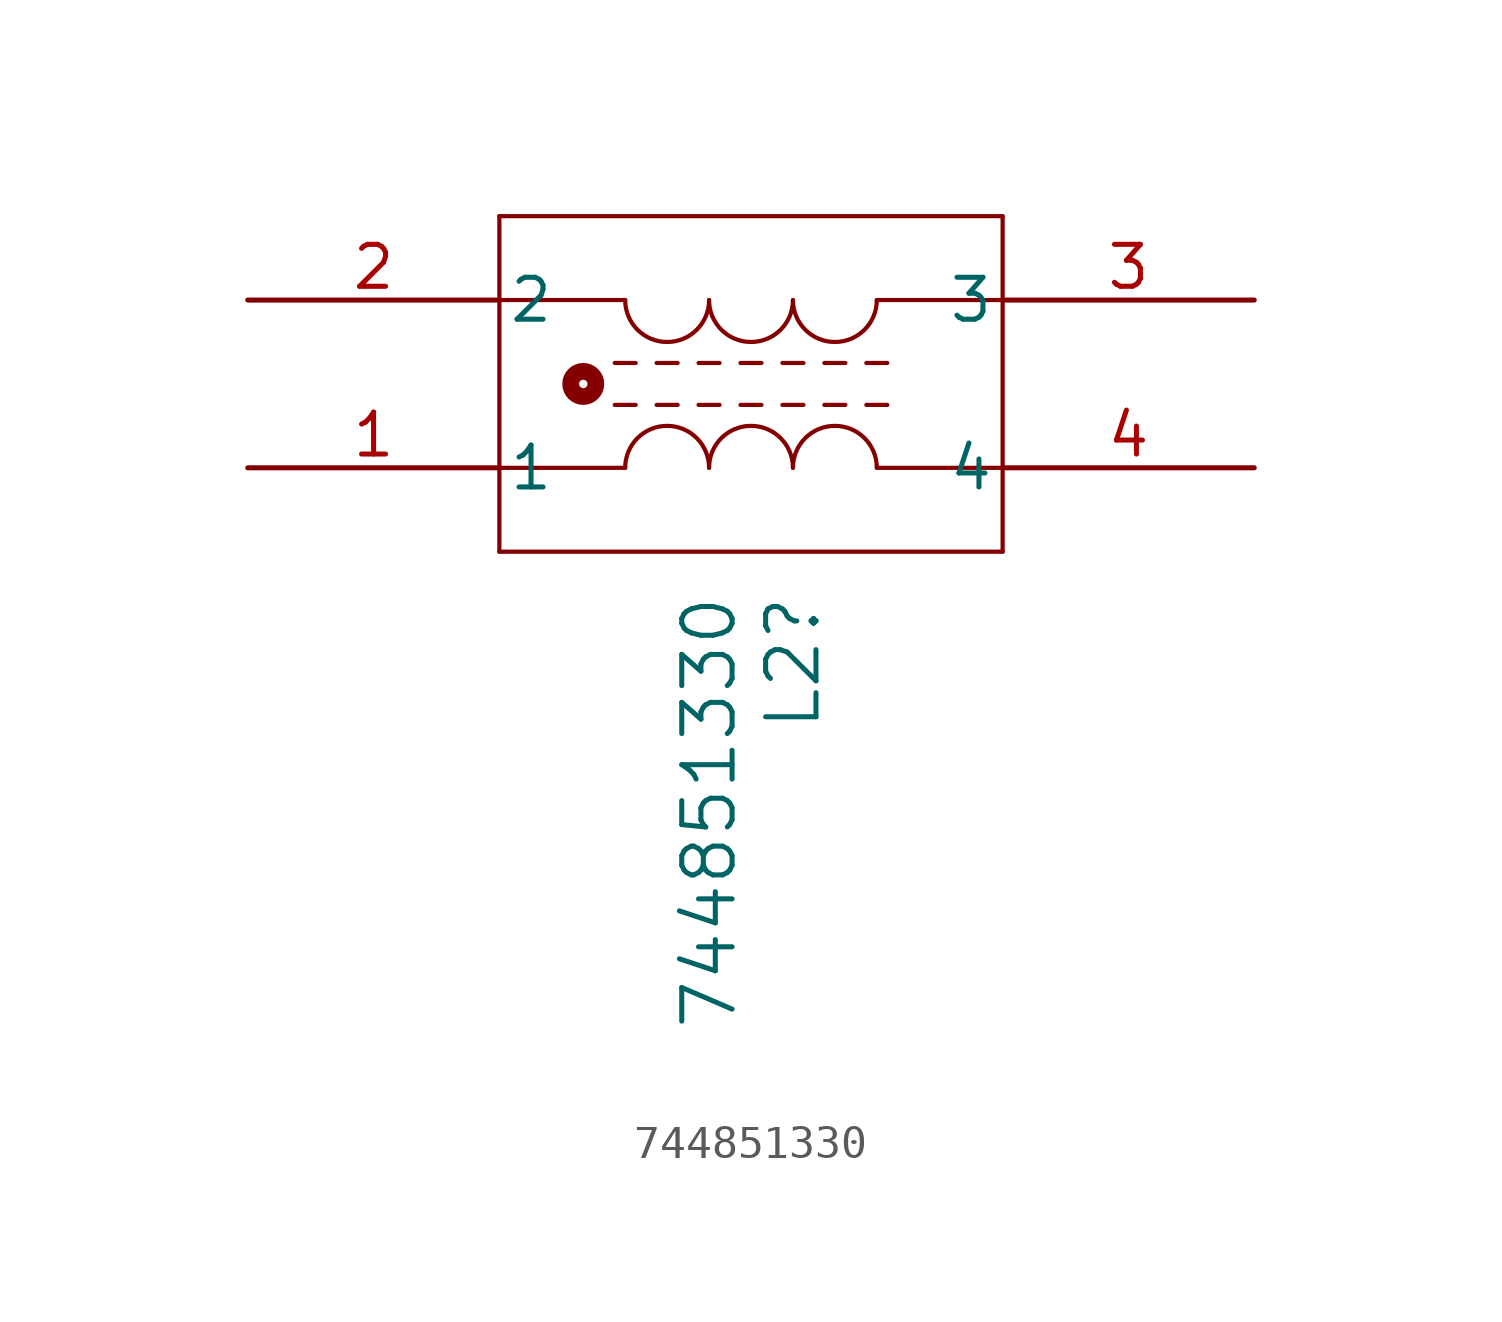
<source format=kicad_sym>
(kicad_symbol_lib
  (version 20231120)
  (generator "kicad_symbol_editor")
  (generator_version "8.99")
  (symbol "744851330"
    (pin_names
      (offset 0.254))
    (property "Reference" "L2"
      (at 16.51 -8.89 90)
      (effects (font (size 1.524 1.524)) (justify right)))
    (property "Value" "744851330"
      (at 13.97 -8.89 90)
      (effects (font (size 1.524 1.524)) (justify right)))
    (property "ki_locked" ""
      (at 0 0 0)
      (effects (font (size 1.27 1.27))))
    (symbol "744851330_0_1"
      (polyline (pts (xy 7.62 -7.62) (xy 22.86 -7.62)) (stroke (width 0.127) (type default)) (fill (type none)))
      (polyline (pts (xy 7.62 -5.08) (xy 11.43 -5.08)) (stroke (width 0.127) (type default)) (fill (type none)))
      (polyline (pts (xy 7.62 0) (xy 11.43 0)) (stroke (width 0.127) (type default)) (fill (type none)))
      (polyline (pts (xy 7.62 2.54) (xy 7.62 -7.62)) (stroke (width 0.127) (type default)) (fill (type none)))
      (polyline (pts (xy 11.113 -3.175) (xy 11.748 -3.175)) (stroke (width 0.127) (type default)) (fill (type none)))
      (polyline (pts (xy 11.113 -1.905) (xy 11.748 -1.905)) (stroke (width 0.127) (type default)) (fill (type none)))
      (polyline (pts (xy 12.383 -3.175) (xy 13.018 -3.175)) (stroke (width 0.127) (type default)) (fill (type none)))
      (polyline (pts (xy 12.383 -1.905) (xy 13.018 -1.905)) (stroke (width 0.127) (type default)) (fill (type none)))
      (polyline (pts (xy 13.652 -3.175) (xy 14.287 -3.175)) (stroke (width 0.127) (type default)) (fill (type none)))
      (polyline (pts (xy 13.652 -1.905) (xy 14.287 -1.905)) (stroke (width 0.127) (type default)) (fill (type none)))
      (polyline (pts (xy 14.922 -3.175) (xy 15.557 -3.175)) (stroke (width 0.127) (type default)) (fill (type none)))
      (polyline (pts (xy 14.922 -1.905) (xy 15.557 -1.905)) (stroke (width 0.127) (type default)) (fill (type none)))
      (polyline (pts (xy 16.192 -3.175) (xy 16.828 -3.175)) (stroke (width 0.127) (type default)) (fill (type none)))
      (polyline (pts (xy 16.192 -1.905) (xy 16.828 -1.905)) (stroke (width 0.127) (type default)) (fill (type none)))
      (polyline (pts (xy 17.462 -3.175) (xy 18.098 -3.175)) (stroke (width 0.127) (type default)) (fill (type none)))
      (polyline (pts (xy 17.462 -1.905) (xy 18.098 -1.905)) (stroke (width 0.127) (type default)) (fill (type none)))
      (polyline (pts (xy 18.733 -3.175) (xy 19.367 -3.175)) (stroke (width 0.127) (type default)) (fill (type none)))
      (polyline (pts (xy 18.733 -1.905) (xy 19.367 -1.905)) (stroke (width 0.127) (type default)) (fill (type none)))
      (polyline (pts (xy 19.05 -5.08) (xy 22.86 -5.08)) (stroke (width 0.127) (type default)) (fill (type none)))
      (polyline (pts (xy 19.05 0) (xy 22.86 0)) (stroke (width 0.127) (type default)) (fill (type none)))
      (polyline (pts (xy 22.86 -7.62) (xy 22.86 2.54)) (stroke (width 0.127) (type default)) (fill (type none)))
      (polyline (pts (xy 22.86 2.54) (xy 7.62 2.54)) (stroke (width 0.127) (type default)) (fill (type none)))
      (circle (center 10.16 -2.54) (radius 0.127) (stroke (width 0.508) (type default)) (fill (type none)))
      (arc (start 11.43 0) (mid 12.7 -1.2645) (end 13.97 0) (stroke (width 0.127) (type default)) (fill (type none)))
      (arc (start 13.97 -5.08) (mid 12.7 -3.8155) (end 11.43 -5.08) (stroke (width 0.127) (type default)) (fill (type none)))
      (arc (start 13.97 0) (mid 15.24 -1.2645) (end 16.51 0) (stroke (width 0.127) (type default)) (fill (type none)))
      (arc (start 16.51 -5.08) (mid 15.24 -3.8155) (end 13.97 -5.08) (stroke (width 0.127) (type default)) (fill (type none)))
      (arc (start 16.51 0) (mid 17.78 -1.2645) (end 19.05 0) (stroke (width 0.127) (type default)) (fill (type none)))
      (arc (start 19.05 -5.08) (mid 17.78 -3.8155) (end 16.51 -5.08) (stroke (width 0.127) (type default)) (fill (type none))))
    (symbol "744851330_1_1"
      (pin passive line (at 0 -5.08 0) (length 7.62) (name "1" (effects (font (size 1.27 1.27)))) (number "1" (effects (font (size 1.27 1.27)))))
      (pin passive line (at 0 0 0) (length 7.62) (name "2" (effects (font (size 1.27 1.27)))) (number "2" (effects (font (size 1.27 1.27)))))
      (pin passive line (at 30.48 0 180) (length 7.62) (name "3" (effects (font (size 1.27 1.27)))) (number "3" (effects (font (size 1.27 1.27)))))
      (pin passive line (at 30.48 -5.08 180) (length 7.62) (name "4" (effects (font (size 1.27 1.27)))) (number "4" (effects (font (size 1.27 1.27))))))))
</source>
